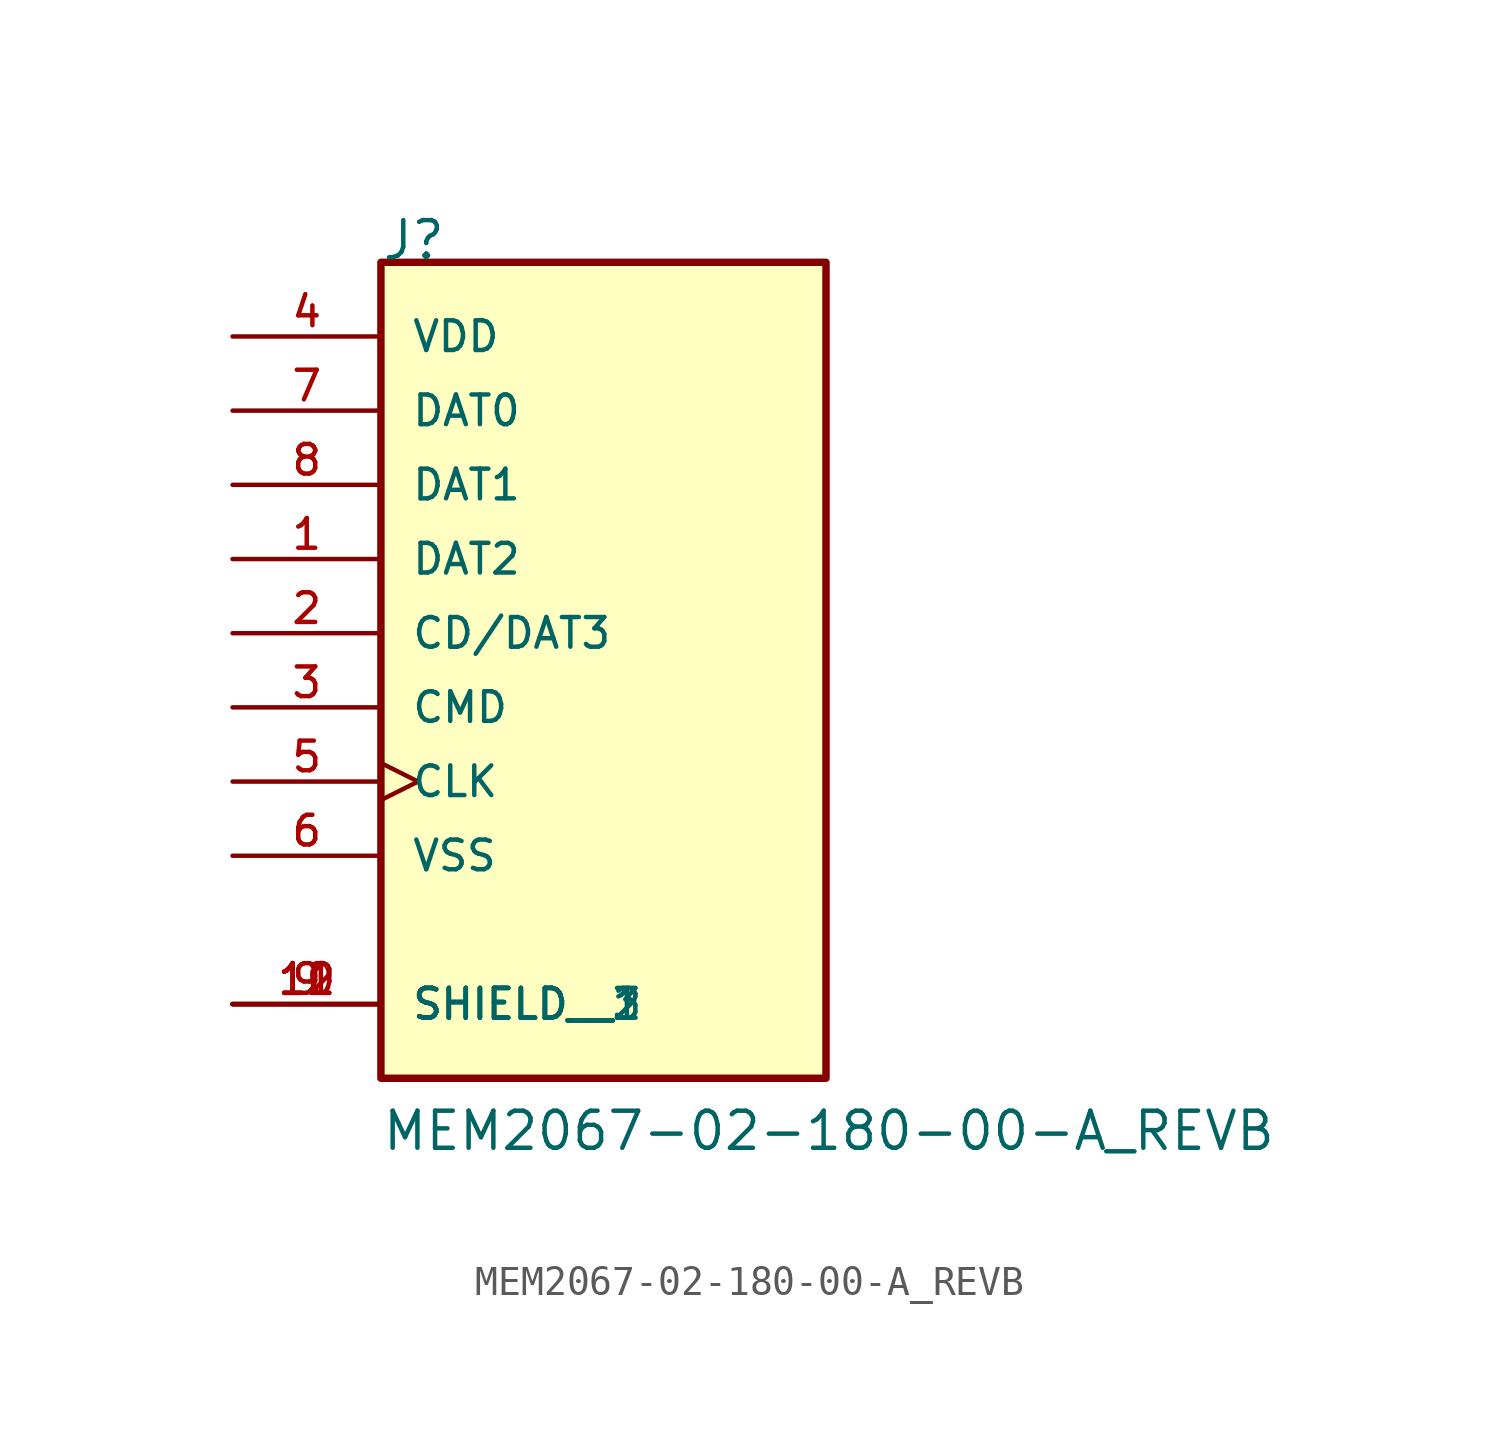
<source format=kicad_sym>
(kicad_symbol_lib
  (version 20211014)
  (generator kicad_symbol_editor)
  (symbol "MEM2067-02-180-00-A_REVB"
    (pin_names
      (offset 1.016))
    (property "Reference" "J"
      (at 0.0 12.712 0)
      (effects (font (size 1.27 1.27)) (justify bottom left)))
    (property "Value" "MEM2067-02-180-00-A_REVB"
      (at 0.0 -17.783 0)
      (effects (font (size 1.27 1.27)) (justify bottom left)))
    (symbol "MEM2067-02-180-00-A_REVB_0_0"
      (rectangle (start -8.881784197e-16 -15.24) (end 15.24 12.7) (stroke (width 0.254)) (fill (type background)))
      (pin bidirectional line (at -5.08 7.62 0) (length 5.08) (name "DAT0" (effects (font (size 1.016 1.016)))) (number "7" (effects (font (size 1.016 1.016)))))
      (pin bidirectional line (at -5.08 5.08 0) (length 5.08) (name "DAT1" (effects (font (size 1.016 1.016)))) (number "8" (effects (font (size 1.016 1.016)))))
      (pin bidirectional line (at -5.08 2.54 0) (length 5.08) (name "DAT2" (effects (font (size 1.016 1.016)))) (number "1" (effects (font (size 1.016 1.016)))))
      (pin bidirectional line (at -5.08 0.0 0) (length 5.08) (name "CD/DAT3" (effects (font (size 1.016 1.016)))) (number "2" (effects (font (size 1.016 1.016)))))
      (pin bidirectional line (at -5.08 -2.54 0) (length 5.08) (name "CMD" (effects (font (size 1.016 1.016)))) (number "3" (effects (font (size 1.016 1.016)))))
      (pin bidirectional clock (at -5.08 -5.08 0) (length 5.08) (name "CLK" (effects (font (size 1.016 1.016)))) (number "5" (effects (font (size 1.016 1.016)))))
      (pin power_in line (at -5.08 10.16 0) (length 5.08) (name "VDD" (effects (font (size 1.016 1.016)))) (number "4" (effects (font (size 1.016 1.016)))))
      (pin power_in line (at -5.08 -7.62 0) (length 5.08) (name "VSS" (effects (font (size 1.016 1.016)))) (number "6" (effects (font (size 1.016 1.016)))))
      (pin passive line (at -5.08 -12.7 0) (length 5.08) (name "SHIELD" (effects (font (size 1.016 1.016)))) (number "9" (effects (font (size 1.016 1.016)))))
      (pin passive line (at -5.08 -12.7 0) (length 5.08) (name "SHIELD__1" (effects (font (size 1.016 1.016)))) (number "10" (effects (font (size 1.016 1.016)))))
      (pin passive line (at -5.08 -12.7 0) (length 5.08) (name "SHIELD__2" (effects (font (size 1.016 1.016)))) (number "11" (effects (font (size 1.016 1.016)))))
      (pin passive line (at -5.08 -12.7 0) (length 5.08) (name "SHIELD__3" (effects (font (size 1.016 1.016)))) (number "12" (effects (font (size 1.016 1.016))))))))
</source>
